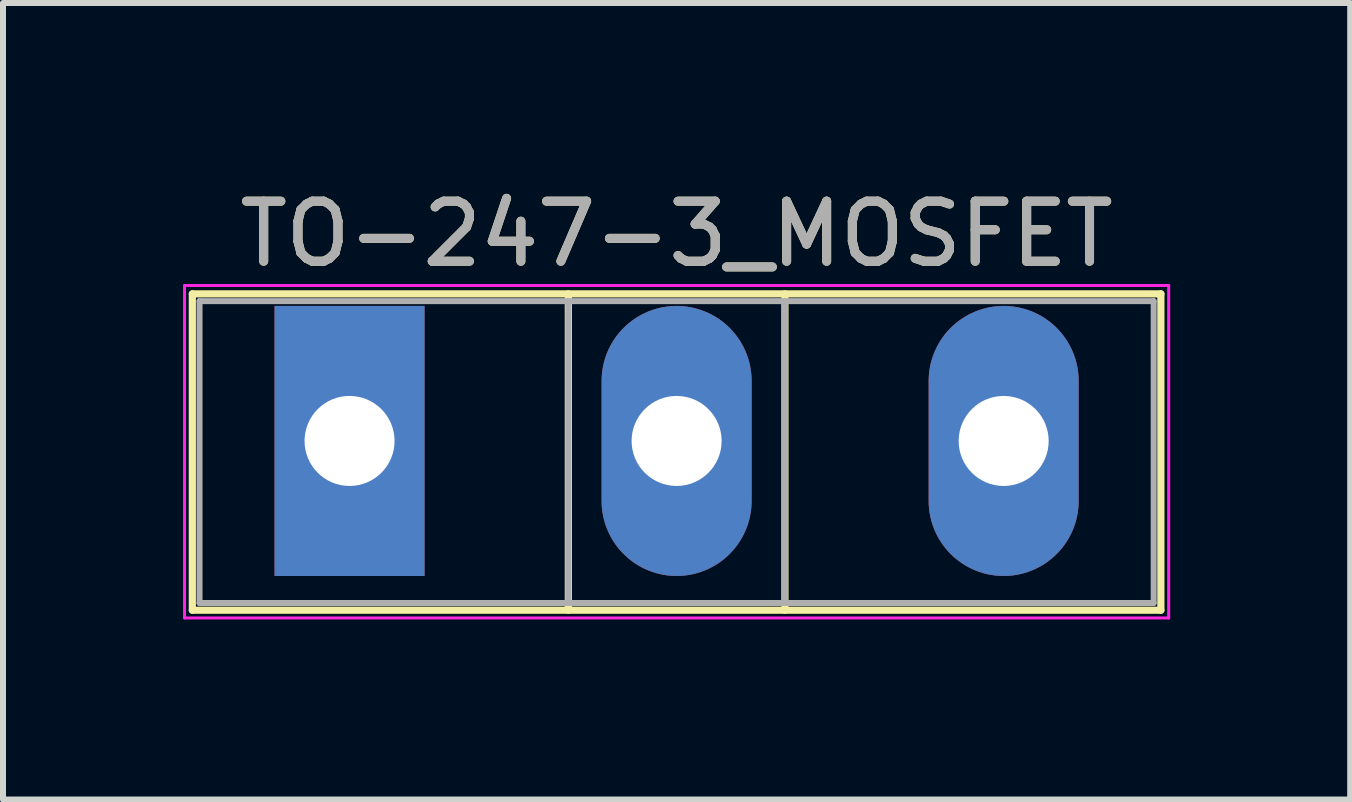
<source format=kicad_pcb>
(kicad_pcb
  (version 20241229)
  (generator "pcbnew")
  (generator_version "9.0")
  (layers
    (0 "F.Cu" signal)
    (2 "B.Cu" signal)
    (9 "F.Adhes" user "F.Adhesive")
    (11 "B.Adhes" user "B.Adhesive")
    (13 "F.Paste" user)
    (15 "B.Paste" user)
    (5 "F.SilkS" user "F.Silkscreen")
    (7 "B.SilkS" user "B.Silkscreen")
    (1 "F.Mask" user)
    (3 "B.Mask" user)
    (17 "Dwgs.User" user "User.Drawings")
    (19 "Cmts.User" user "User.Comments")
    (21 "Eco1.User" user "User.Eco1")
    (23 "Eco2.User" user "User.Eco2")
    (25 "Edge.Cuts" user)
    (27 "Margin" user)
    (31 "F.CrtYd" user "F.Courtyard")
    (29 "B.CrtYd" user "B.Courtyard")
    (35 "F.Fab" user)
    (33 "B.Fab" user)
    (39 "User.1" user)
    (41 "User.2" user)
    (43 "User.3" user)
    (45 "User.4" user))
  (footprint "TO-247-3_MOSFET"
    (layer "F.Cu")
    (at 2.775 4.298)
    (property "Reference" "TO-247-3_MOSFET" (at 5.45 -3.45 0) (layer "F.SilkS") (effects (font (size 1 1) (thickness 0.15))))
    (attr through_hole)
    (fp_line (start -2.62 -2.451) (end -2.62 2.82) (stroke (width 0.12) (type solid)) (layer "F.SilkS"))
    (fp_line (start -2.62 -2.451) (end 13.52 -2.451) (stroke (width 0.12) (type solid)) (layer "F.SilkS"))
    (fp_line (start -2.62 2.82) (end 13.52 2.82) (stroke (width 0.12) (type solid)) (layer "F.SilkS"))
    (fp_line (start 3.646 -2.451) (end 3.646 2.82) (stroke (width 0.12) (type solid)) (layer "F.SilkS"))
    (fp_line (start 7.255 -2.451) (end 7.255 2.82) (stroke (width 0.12) (type solid)) (layer "F.SilkS"))
    (fp_line (start 13.52 -2.451) (end 13.52 2.82) (stroke (width 0.12) (type solid)) (layer "F.SilkS"))
    (fp_line (start -2.75 -2.59) (end -2.75 2.95) (stroke (width 0.05) (type solid)) (layer "F.CrtYd"))
    (fp_line (start -2.75 2.95) (end 13.65 2.95) (stroke (width 0.05) (type solid)) (layer "F.CrtYd"))
    (fp_line (start 13.65 -2.59) (end -2.75 -2.59) (stroke (width 0.05) (type solid)) (layer "F.CrtYd"))
    (fp_line (start 13.65 2.95) (end 13.65 -2.59) (stroke (width 0.05) (type solid)) (layer "F.CrtYd"))
    (fp_line (start -2.5 -2.33) (end -2.5 2.7) (stroke (width 0.1) (type solid)) (layer "F.Fab"))
    (fp_line (start -2.5 2.7) (end 13.4 2.7) (stroke (width 0.1) (type solid)) (layer "F.Fab"))
    (fp_line (start 3.645 -2.33) (end 3.645 2.7) (stroke (width 0.1) (type solid)) (layer "F.Fab"))
    (fp_line (start 7.255 -2.33) (end 7.255 2.7) (stroke (width 0.1) (type solid)) (layer "F.Fab"))
    (fp_line (start 13.4 -2.33) (end -2.5 -2.33) (stroke (width 0.1) (type solid)) (layer "F.Fab"))
    (fp_line (start 13.4 2.7) (end 13.4 -2.33) (stroke (width 0.1) (type solid)) (layer "F.Fab"))
    (fp_text user "${REFERENCE}" (at 5.45 -3.45 0) (layer "F.Fab") (effects (font (size 1 1) (thickness 0.15))))
    (pad "1" thru_hole oval (at 5.45 0) (size 2.5 4.5) (drill 1.5) (layers "*.Cu" "*.Mask"))
    (pad "2" thru_hole rect (at 0 0) (size 2.5 4.5) (drill 1.5) (layers "*.Cu" "*.Mask"))
    (pad "3" thru_hole oval (at 10.9 0) (size 2.5 4.5) (drill 1.5) (layers "*.Cu" "*.Mask")))
  (gr_rect
    (start -3 -3)
    (end 19.45 10.273)
    (stroke (width 0.1) (type default))
    (fill no)
    (layer "Edge.Cuts")))
</source>
